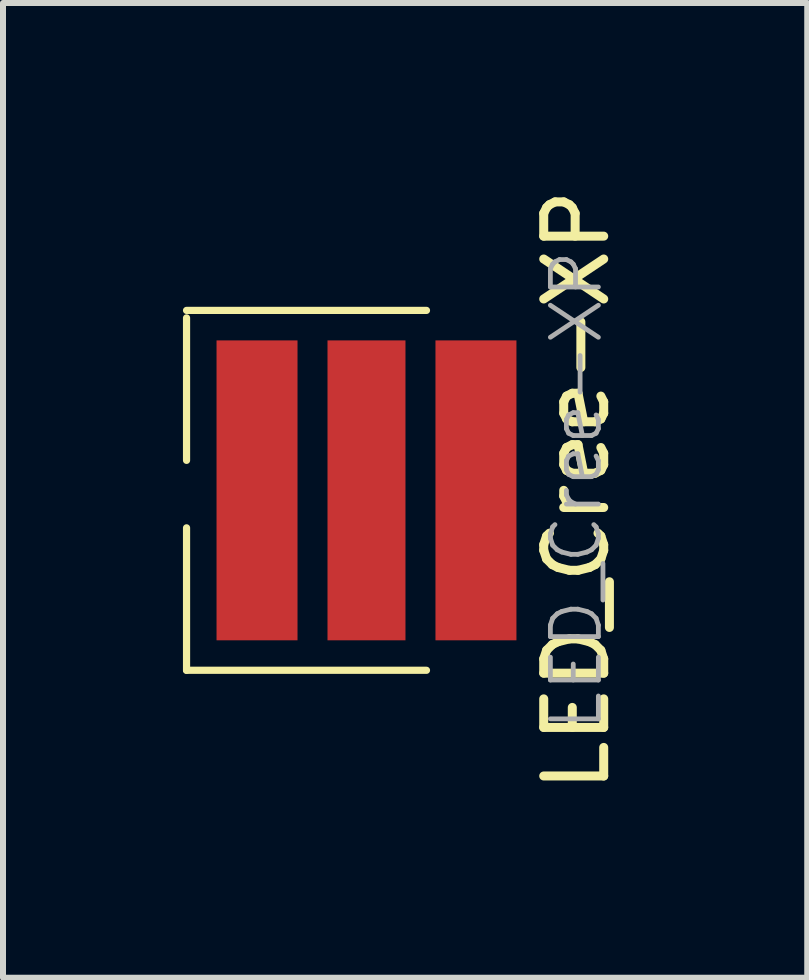
<source format=kicad_pcb>
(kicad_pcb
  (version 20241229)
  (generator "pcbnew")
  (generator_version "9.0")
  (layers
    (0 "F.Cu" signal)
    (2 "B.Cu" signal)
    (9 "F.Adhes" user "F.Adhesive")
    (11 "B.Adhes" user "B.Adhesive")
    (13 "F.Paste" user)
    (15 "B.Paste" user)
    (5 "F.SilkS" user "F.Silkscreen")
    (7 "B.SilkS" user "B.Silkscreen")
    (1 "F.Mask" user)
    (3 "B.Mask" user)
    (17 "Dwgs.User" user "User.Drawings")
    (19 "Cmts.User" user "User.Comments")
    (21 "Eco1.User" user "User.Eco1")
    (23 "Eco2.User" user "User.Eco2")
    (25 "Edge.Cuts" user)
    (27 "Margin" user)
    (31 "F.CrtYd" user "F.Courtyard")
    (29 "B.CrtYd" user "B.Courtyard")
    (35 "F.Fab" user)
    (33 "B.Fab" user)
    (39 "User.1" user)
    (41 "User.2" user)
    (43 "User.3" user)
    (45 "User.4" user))
  (footprint "LED_Cree-XP"
    (layer "F.Cu")
    (at 3.06 5.125)
    (property "Reference" "LED_Cree-XP" (at 3.5 0 90) (layer "F.SilkS") (effects (font (size 1 1) (thickness 0.15))))
    (attr smd)
    (fp_line (start -3 -2.875) (end -3 -0.5) (stroke (width 0.12) (type solid)) (layer "F.SilkS"))
    (fp_line (start -3 3) (end -3 0.625) (stroke (width 0.12) (type solid)) (layer "F.SilkS"))
    (fp_line (start 1 -3) (end -3 -3) (stroke (width 0.12) (type solid)) (layer "F.SilkS"))
    (fp_line (start 1 3) (end -3 3) (stroke (width 0.12) (type solid)) (layer "F.SilkS"))
    (fp_text user "${REFERENCE}" (at 3.5 0 90) (layer "F.Fab") (effects (font (size 0.8 0.8) (thickness 0.08))))
    (pad "1" smd rect (at -1.825 0) (size 1.35 5) (layers "F.Cu" "F.Mask" "F.Paste"))
    (pad "2" smd rect (at 1.825 0) (size 1.35 5) (layers "F.Cu" "F.Mask" "F.Paste"))
    (pad "3" smd rect (at 0 0) (size 1.3 5) (layers "F.Cu" "F.Mask")))
  (gr_rect
    (start -3 -3)
    (end 10.408 13.25)
    (stroke (width 0.1) (type default))
    (fill no)
    (layer "Edge.Cuts")))
</source>
